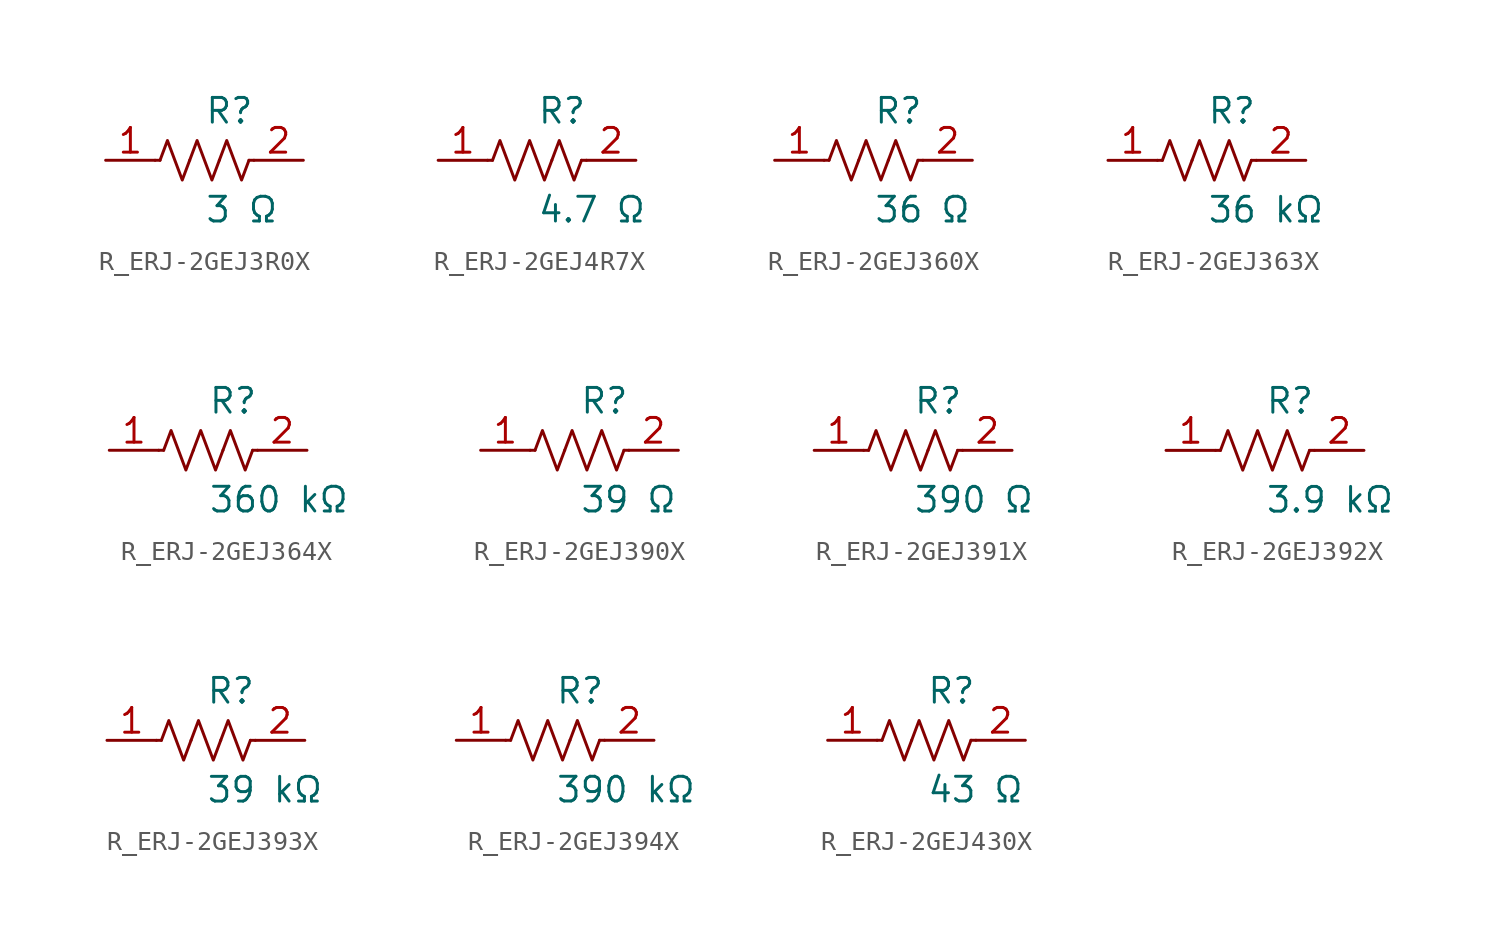
<source format=kicad_sym>
(kicad_symbol_lib
  (version 20231120)
  (generator kicad_symbol_editor)
  (generator_version 8.0)
  (symbol "R_ERJ-2GEJ3R0X"
    (pin_names
      (offset 0.254))
    (property "Reference" "R"
      (at 0.0 2.54 0)
      (effects (font (size 1.27 1.27)) (justify left)))
    (property "Value" "3 Ω"
      (at 0.0 -2.54 0)
      (effects (font (size 1.27 1.27)) (justify left)))
    (symbol "R_ERJ-2GEJ3R0X_0_1"
      (polyline (pts (xy 2.286 0) (xy 2.54 0)) (stroke (width 0) (type default)) (fill (type none)))
      (polyline (pts (xy -2.286 0) (xy -2.54 0)) (stroke (width 0) (type default)) (fill (type none)))
      (polyline (pts (xy 0.762 0) (xy 1.143 1.016) (xy 1.524 0) (xy 1.905 -1.016) (xy 2.286 0)) (stroke (width 0) (type default)) (fill (type none)))
      (polyline (pts (xy -0.762 0) (xy -0.381 1.016) (xy 0 0) (xy 0.381 -1.016) (xy 0.762 0)) (stroke (width 0) (type default)) (fill (type none)))
      (polyline (pts (xy -2.286 0) (xy -1.905 1.016) (xy -1.524 0) (xy -1.143 -1.016) (xy -0.762 0)) (stroke (width 0) (type default)) (fill (type none))))
    (pin unspecified line
      (at -5.08 0 0)
      (length 2.54)
      (name "" (effects (font (size 1.27 1.27))))
      (number "1" (effects (font (size 1.27 1.27)))))
    (pin unspecified line
      (at 5.08 0 180)
      (length 2.54)
      (name "" (effects (font (size 1.27 1.27))))
      (number "2" (effects (font (size 1.27 1.27))))))
  (symbol "R_ERJ-2GEJ4R7X"
    (pin_names
      (offset 0.254))
    (property "Reference" "R"
      (at 0.0 2.54 0)
      (effects (font (size 1.27 1.27)) (justify left)))
    (property "Value" "4.7 Ω"
      (at 0.0 -2.54 0)
      (effects (font (size 1.27 1.27)) (justify left)))
    (symbol "R_ERJ-2GEJ4R7X_0_1"
      (polyline (pts (xy 2.286 0) (xy 2.54 0)) (stroke (width 0) (type default)) (fill (type none)))
      (polyline (pts (xy -2.286 0) (xy -2.54 0)) (stroke (width 0) (type default)) (fill (type none)))
      (polyline (pts (xy 0.762 0) (xy 1.143 1.016) (xy 1.524 0) (xy 1.905 -1.016) (xy 2.286 0)) (stroke (width 0) (type default)) (fill (type none)))
      (polyline (pts (xy -0.762 0) (xy -0.381 1.016) (xy 0 0) (xy 0.381 -1.016) (xy 0.762 0)) (stroke (width 0) (type default)) (fill (type none)))
      (polyline (pts (xy -2.286 0) (xy -1.905 1.016) (xy -1.524 0) (xy -1.143 -1.016) (xy -0.762 0)) (stroke (width 0) (type default)) (fill (type none))))
    (pin unspecified line
      (at -5.08 0 0)
      (length 2.54)
      (name "" (effects (font (size 1.27 1.27))))
      (number "1" (effects (font (size 1.27 1.27)))))
    (pin unspecified line
      (at 5.08 0 180)
      (length 2.54)
      (name "" (effects (font (size 1.27 1.27))))
      (number "2" (effects (font (size 1.27 1.27))))))
  (symbol "R_ERJ-2GEJ360X"
    (pin_names
      (offset 0.254))
    (property "Reference" "R"
      (at 0.0 2.54 0)
      (effects (font (size 1.27 1.27)) (justify left)))
    (property "Value" "36 Ω"
      (at 0.0 -2.54 0)
      (effects (font (size 1.27 1.27)) (justify left)))
    (symbol "R_ERJ-2GEJ360X_0_1"
      (polyline (pts (xy 2.286 0) (xy 2.54 0)) (stroke (width 0) (type default)) (fill (type none)))
      (polyline (pts (xy -2.286 0) (xy -2.54 0)) (stroke (width 0) (type default)) (fill (type none)))
      (polyline (pts (xy 0.762 0) (xy 1.143 1.016) (xy 1.524 0) (xy 1.905 -1.016) (xy 2.286 0)) (stroke (width 0) (type default)) (fill (type none)))
      (polyline (pts (xy -0.762 0) (xy -0.381 1.016) (xy 0 0) (xy 0.381 -1.016) (xy 0.762 0)) (stroke (width 0) (type default)) (fill (type none)))
      (polyline (pts (xy -2.286 0) (xy -1.905 1.016) (xy -1.524 0) (xy -1.143 -1.016) (xy -0.762 0)) (stroke (width 0) (type default)) (fill (type none))))
    (pin unspecified line
      (at -5.08 0 0)
      (length 2.54)
      (name "" (effects (font (size 1.27 1.27))))
      (number "1" (effects (font (size 1.27 1.27)))))
    (pin unspecified line
      (at 5.08 0 180)
      (length 2.54)
      (name "" (effects (font (size 1.27 1.27))))
      (number "2" (effects (font (size 1.27 1.27))))))
  (symbol "R_ERJ-2GEJ363X"
    (pin_names
      (offset 0.254))
    (property "Reference" "R"
      (at 0.0 2.54 0)
      (effects (font (size 1.27 1.27)) (justify left)))
    (property "Value" "36 kΩ"
      (at 0.0 -2.54 0)
      (effects (font (size 1.27 1.27)) (justify left)))
    (symbol "R_ERJ-2GEJ363X_0_1"
      (polyline (pts (xy 2.286 0) (xy 2.54 0)) (stroke (width 0) (type default)) (fill (type none)))
      (polyline (pts (xy -2.286 0) (xy -2.54 0)) (stroke (width 0) (type default)) (fill (type none)))
      (polyline (pts (xy 0.762 0) (xy 1.143 1.016) (xy 1.524 0) (xy 1.905 -1.016) (xy 2.286 0)) (stroke (width 0) (type default)) (fill (type none)))
      (polyline (pts (xy -0.762 0) (xy -0.381 1.016) (xy 0 0) (xy 0.381 -1.016) (xy 0.762 0)) (stroke (width 0) (type default)) (fill (type none)))
      (polyline (pts (xy -2.286 0) (xy -1.905 1.016) (xy -1.524 0) (xy -1.143 -1.016) (xy -0.762 0)) (stroke (width 0) (type default)) (fill (type none))))
    (pin unspecified line
      (at -5.08 0 0)
      (length 2.54)
      (name "" (effects (font (size 1.27 1.27))))
      (number "1" (effects (font (size 1.27 1.27)))))
    (pin unspecified line
      (at 5.08 0 180)
      (length 2.54)
      (name "" (effects (font (size 1.27 1.27))))
      (number "2" (effects (font (size 1.27 1.27))))))
  (symbol "R_ERJ-2GEJ364X"
    (pin_names
      (offset 0.254))
    (property "Reference" "R"
      (at 0.0 2.54 0)
      (effects (font (size 1.27 1.27)) (justify left)))
    (property "Value" "360 kΩ"
      (at 0.0 -2.54 0)
      (effects (font (size 1.27 1.27)) (justify left)))
    (symbol "R_ERJ-2GEJ364X_0_1"
      (polyline (pts (xy 2.286 0) (xy 2.54 0)) (stroke (width 0) (type default)) (fill (type none)))
      (polyline (pts (xy -2.286 0) (xy -2.54 0)) (stroke (width 0) (type default)) (fill (type none)))
      (polyline (pts (xy 0.762 0) (xy 1.143 1.016) (xy 1.524 0) (xy 1.905 -1.016) (xy 2.286 0)) (stroke (width 0) (type default)) (fill (type none)))
      (polyline (pts (xy -0.762 0) (xy -0.381 1.016) (xy 0 0) (xy 0.381 -1.016) (xy 0.762 0)) (stroke (width 0) (type default)) (fill (type none)))
      (polyline (pts (xy -2.286 0) (xy -1.905 1.016) (xy -1.524 0) (xy -1.143 -1.016) (xy -0.762 0)) (stroke (width 0) (type default)) (fill (type none))))
    (pin unspecified line
      (at -5.08 0 0)
      (length 2.54)
      (name "" (effects (font (size 1.27 1.27))))
      (number "1" (effects (font (size 1.27 1.27)))))
    (pin unspecified line
      (at 5.08 0 180)
      (length 2.54)
      (name "" (effects (font (size 1.27 1.27))))
      (number "2" (effects (font (size 1.27 1.27))))))
  (symbol "R_ERJ-2GEJ390X"
    (pin_names
      (offset 0.254))
    (property "Reference" "R"
      (at 0.0 2.54 0)
      (effects (font (size 1.27 1.27)) (justify left)))
    (property "Value" "39 Ω"
      (at 0.0 -2.54 0)
      (effects (font (size 1.27 1.27)) (justify left)))
    (symbol "R_ERJ-2GEJ390X_0_1"
      (polyline (pts (xy 2.286 0) (xy 2.54 0)) (stroke (width 0) (type default)) (fill (type none)))
      (polyline (pts (xy -2.286 0) (xy -2.54 0)) (stroke (width 0) (type default)) (fill (type none)))
      (polyline (pts (xy 0.762 0) (xy 1.143 1.016) (xy 1.524 0) (xy 1.905 -1.016) (xy 2.286 0)) (stroke (width 0) (type default)) (fill (type none)))
      (polyline (pts (xy -0.762 0) (xy -0.381 1.016) (xy 0 0) (xy 0.381 -1.016) (xy 0.762 0)) (stroke (width 0) (type default)) (fill (type none)))
      (polyline (pts (xy -2.286 0) (xy -1.905 1.016) (xy -1.524 0) (xy -1.143 -1.016) (xy -0.762 0)) (stroke (width 0) (type default)) (fill (type none))))
    (pin unspecified line
      (at -5.08 0 0)
      (length 2.54)
      (name "" (effects (font (size 1.27 1.27))))
      (number "1" (effects (font (size 1.27 1.27)))))
    (pin unspecified line
      (at 5.08 0 180)
      (length 2.54)
      (name "" (effects (font (size 1.27 1.27))))
      (number "2" (effects (font (size 1.27 1.27))))))
  (symbol "R_ERJ-2GEJ391X"
    (pin_names
      (offset 0.254))
    (property "Reference" "R"
      (at 0.0 2.54 0)
      (effects (font (size 1.27 1.27)) (justify left)))
    (property "Value" "390 Ω"
      (at 0.0 -2.54 0)
      (effects (font (size 1.27 1.27)) (justify left)))
    (symbol "R_ERJ-2GEJ391X_0_1"
      (polyline (pts (xy 2.286 0) (xy 2.54 0)) (stroke (width 0) (type default)) (fill (type none)))
      (polyline (pts (xy -2.286 0) (xy -2.54 0)) (stroke (width 0) (type default)) (fill (type none)))
      (polyline (pts (xy 0.762 0) (xy 1.143 1.016) (xy 1.524 0) (xy 1.905 -1.016) (xy 2.286 0)) (stroke (width 0) (type default)) (fill (type none)))
      (polyline (pts (xy -0.762 0) (xy -0.381 1.016) (xy 0 0) (xy 0.381 -1.016) (xy 0.762 0)) (stroke (width 0) (type default)) (fill (type none)))
      (polyline (pts (xy -2.286 0) (xy -1.905 1.016) (xy -1.524 0) (xy -1.143 -1.016) (xy -0.762 0)) (stroke (width 0) (type default)) (fill (type none))))
    (pin unspecified line
      (at -5.08 0 0)
      (length 2.54)
      (name "" (effects (font (size 1.27 1.27))))
      (number "1" (effects (font (size 1.27 1.27)))))
    (pin unspecified line
      (at 5.08 0 180)
      (length 2.54)
      (name "" (effects (font (size 1.27 1.27))))
      (number "2" (effects (font (size 1.27 1.27))))))
  (symbol "R_ERJ-2GEJ392X"
    (pin_names
      (offset 0.254))
    (property "Reference" "R"
      (at 0.0 2.54 0)
      (effects (font (size 1.27 1.27)) (justify left)))
    (property "Value" "3.9 kΩ"
      (at 0.0 -2.54 0)
      (effects (font (size 1.27 1.27)) (justify left)))
    (symbol "R_ERJ-2GEJ392X_0_1"
      (polyline (pts (xy 2.286 0) (xy 2.54 0)) (stroke (width 0) (type default)) (fill (type none)))
      (polyline (pts (xy -2.286 0) (xy -2.54 0)) (stroke (width 0) (type default)) (fill (type none)))
      (polyline (pts (xy 0.762 0) (xy 1.143 1.016) (xy 1.524 0) (xy 1.905 -1.016) (xy 2.286 0)) (stroke (width 0) (type default)) (fill (type none)))
      (polyline (pts (xy -0.762 0) (xy -0.381 1.016) (xy 0 0) (xy 0.381 -1.016) (xy 0.762 0)) (stroke (width 0) (type default)) (fill (type none)))
      (polyline (pts (xy -2.286 0) (xy -1.905 1.016) (xy -1.524 0) (xy -1.143 -1.016) (xy -0.762 0)) (stroke (width 0) (type default)) (fill (type none))))
    (pin unspecified line
      (at -5.08 0 0)
      (length 2.54)
      (name "" (effects (font (size 1.27 1.27))))
      (number "1" (effects (font (size 1.27 1.27)))))
    (pin unspecified line
      (at 5.08 0 180)
      (length 2.54)
      (name "" (effects (font (size 1.27 1.27))))
      (number "2" (effects (font (size 1.27 1.27))))))
  (symbol "R_ERJ-2GEJ393X"
    (pin_names
      (offset 0.254))
    (property "Reference" "R"
      (at 0.0 2.54 0)
      (effects (font (size 1.27 1.27)) (justify left)))
    (property "Value" "39 kΩ"
      (at 0.0 -2.54 0)
      (effects (font (size 1.27 1.27)) (justify left)))
    (symbol "R_ERJ-2GEJ393X_0_1"
      (polyline (pts (xy 2.286 0) (xy 2.54 0)) (stroke (width 0) (type default)) (fill (type none)))
      (polyline (pts (xy -2.286 0) (xy -2.54 0)) (stroke (width 0) (type default)) (fill (type none)))
      (polyline (pts (xy 0.762 0) (xy 1.143 1.016) (xy 1.524 0) (xy 1.905 -1.016) (xy 2.286 0)) (stroke (width 0) (type default)) (fill (type none)))
      (polyline (pts (xy -0.762 0) (xy -0.381 1.016) (xy 0 0) (xy 0.381 -1.016) (xy 0.762 0)) (stroke (width 0) (type default)) (fill (type none)))
      (polyline (pts (xy -2.286 0) (xy -1.905 1.016) (xy -1.524 0) (xy -1.143 -1.016) (xy -0.762 0)) (stroke (width 0) (type default)) (fill (type none))))
    (pin unspecified line
      (at -5.08 0 0)
      (length 2.54)
      (name "" (effects (font (size 1.27 1.27))))
      (number "1" (effects (font (size 1.27 1.27)))))
    (pin unspecified line
      (at 5.08 0 180)
      (length 2.54)
      (name "" (effects (font (size 1.27 1.27))))
      (number "2" (effects (font (size 1.27 1.27))))))
  (symbol "R_ERJ-2GEJ394X"
    (pin_names
      (offset 0.254))
    (property "Reference" "R"
      (at 0.0 2.54 0)
      (effects (font (size 1.27 1.27)) (justify left)))
    (property "Value" "390 kΩ"
      (at 0.0 -2.54 0)
      (effects (font (size 1.27 1.27)) (justify left)))
    (symbol "R_ERJ-2GEJ394X_0_1"
      (polyline (pts (xy 2.286 0) (xy 2.54 0)) (stroke (width 0) (type default)) (fill (type none)))
      (polyline (pts (xy -2.286 0) (xy -2.54 0)) (stroke (width 0) (type default)) (fill (type none)))
      (polyline (pts (xy 0.762 0) (xy 1.143 1.016) (xy 1.524 0) (xy 1.905 -1.016) (xy 2.286 0)) (stroke (width 0) (type default)) (fill (type none)))
      (polyline (pts (xy -0.762 0) (xy -0.381 1.016) (xy 0 0) (xy 0.381 -1.016) (xy 0.762 0)) (stroke (width 0) (type default)) (fill (type none)))
      (polyline (pts (xy -2.286 0) (xy -1.905 1.016) (xy -1.524 0) (xy -1.143 -1.016) (xy -0.762 0)) (stroke (width 0) (type default)) (fill (type none))))
    (pin unspecified line
      (at -5.08 0 0)
      (length 2.54)
      (name "" (effects (font (size 1.27 1.27))))
      (number "1" (effects (font (size 1.27 1.27)))))
    (pin unspecified line
      (at 5.08 0 180)
      (length 2.54)
      (name "" (effects (font (size 1.27 1.27))))
      (number "2" (effects (font (size 1.27 1.27))))))
  (symbol "R_ERJ-2GEJ430X"
    (pin_names
      (offset 0.254))
    (property "Reference" "R"
      (at 0.0 2.54 0)
      (effects (font (size 1.27 1.27)) (justify left)))
    (property "Value" "43 Ω"
      (at 0.0 -2.54 0)
      (effects (font (size 1.27 1.27)) (justify left)))
    (symbol "R_ERJ-2GEJ430X_0_1"
      (polyline (pts (xy 2.286 0) (xy 2.54 0)) (stroke (width 0) (type default)) (fill (type none)))
      (polyline (pts (xy -2.286 0) (xy -2.54 0)) (stroke (width 0) (type default)) (fill (type none)))
      (polyline (pts (xy 0.762 0) (xy 1.143 1.016) (xy 1.524 0) (xy 1.905 -1.016) (xy 2.286 0)) (stroke (width 0) (type default)) (fill (type none)))
      (polyline (pts (xy -0.762 0) (xy -0.381 1.016) (xy 0 0) (xy 0.381 -1.016) (xy 0.762 0)) (stroke (width 0) (type default)) (fill (type none)))
      (polyline (pts (xy -2.286 0) (xy -1.905 1.016) (xy -1.524 0) (xy -1.143 -1.016) (xy -0.762 0)) (stroke (width 0) (type default)) (fill (type none))))
    (pin unspecified line
      (at -5.08 0 0)
      (length 2.54)
      (name "" (effects (font (size 1.27 1.27))))
      (number "1" (effects (font (size 1.27 1.27)))))
    (pin unspecified line
      (at 5.08 0 180)
      (length 2.54)
      (name "" (effects (font (size 1.27 1.27))))
      (number "2" (effects (font (size 1.27 1.27)))))))
</source>
